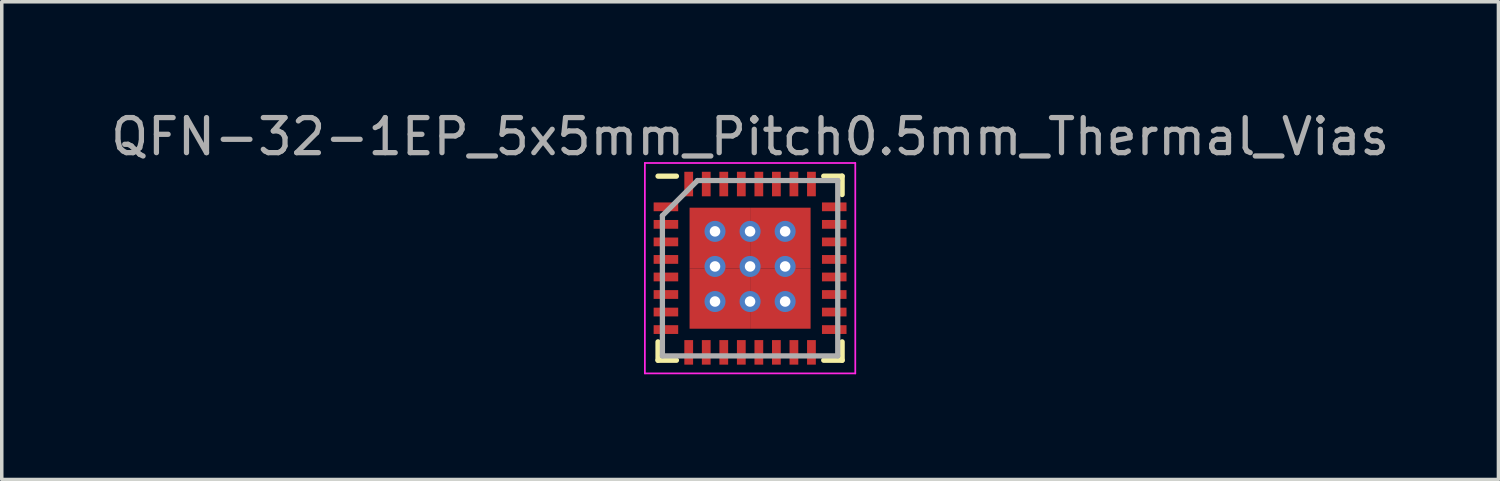
<source format=kicad_pcb>
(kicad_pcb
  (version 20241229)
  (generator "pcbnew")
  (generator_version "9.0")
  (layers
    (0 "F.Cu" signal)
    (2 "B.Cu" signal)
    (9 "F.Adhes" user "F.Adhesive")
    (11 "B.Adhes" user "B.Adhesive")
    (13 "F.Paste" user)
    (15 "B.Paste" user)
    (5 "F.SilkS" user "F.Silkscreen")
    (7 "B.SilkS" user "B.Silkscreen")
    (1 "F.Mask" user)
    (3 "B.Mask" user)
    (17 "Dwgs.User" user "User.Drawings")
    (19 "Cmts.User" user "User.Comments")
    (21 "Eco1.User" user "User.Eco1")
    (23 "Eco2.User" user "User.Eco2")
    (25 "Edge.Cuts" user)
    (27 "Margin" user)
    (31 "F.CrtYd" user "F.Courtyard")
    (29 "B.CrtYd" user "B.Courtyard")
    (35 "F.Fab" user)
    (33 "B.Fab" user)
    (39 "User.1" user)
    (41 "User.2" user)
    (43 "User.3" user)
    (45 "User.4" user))
  (footprint "QFN-32-1EP_5x5mm_Pitch0.5mm_Thermal_Vias"
    (layer "F.Cu")
    (at 18.339 4.598)
    (property "Reference" "QFN-32-1EP_5x5mm_Pitch0.5mm_Thermal_Vias" (at 0 -3.75 0) (layer "F.Fab") (effects (font (size 1 1) (thickness 0.15))))
    (attr smd)
    (fp_line (start -2.625 -2.625) (end -2.1 -2.625) (stroke (width 0.15) (type solid)) (layer "F.SilkS"))
    (fp_line (start -2.625 2.625) (end -2.625 2.1) (stroke (width 0.15) (type solid)) (layer "F.SilkS"))
    (fp_line (start -2.625 2.625) (end -2.1 2.625) (stroke (width 0.15) (type solid)) (layer "F.SilkS"))
    (fp_line (start 2.625 -2.625) (end 2.1 -2.625) (stroke (width 0.15) (type solid)) (layer "F.SilkS"))
    (fp_line (start 2.625 -2.625) (end 2.625 -2.1) (stroke (width 0.15) (type solid)) (layer "F.SilkS"))
    (fp_line (start 2.625 2.625) (end 2.1 2.625) (stroke (width 0.15) (type solid)) (layer "F.SilkS"))
    (fp_line (start 2.625 2.625) (end 2.625 2.1) (stroke (width 0.15) (type solid)) (layer "F.SilkS"))
    (fp_line (start -3 -3) (end -3 3) (stroke (width 0.05) (type solid)) (layer "F.CrtYd"))
    (fp_line (start -3 -3) (end 3 -3) (stroke (width 0.05) (type solid)) (layer "F.CrtYd"))
    (fp_line (start -3 3) (end 3 3) (stroke (width 0.05) (type solid)) (layer "F.CrtYd"))
    (fp_line (start 3 -3) (end 3 3) (stroke (width 0.05) (type solid)) (layer "F.CrtYd"))
    (fp_line (start -2.5 -1.5) (end -1.5 -2.5) (stroke (width 0.15) (type solid)) (layer "F.Fab"))
    (fp_line (start -2.5 2.5) (end -2.5 -1.5) (stroke (width 0.15) (type solid)) (layer "F.Fab"))
    (fp_line (start -1.5 -2.5) (end 2.5 -2.5) (stroke (width 0.15) (type solid)) (layer "F.Fab"))
    (fp_line (start 2.5 -2.5) (end 2.5 2.5) (stroke (width 0.15) (type solid)) (layer "F.Fab"))
    (fp_line (start 2.5 2.5) (end -2.5 2.5) (stroke (width 0.15) (type solid)) (layer "F.Fab"))
    (pad "1" smd rect (at -2.4 -1.75) (size 0.7 0.25) (layers "F.Cu" "F.Mask" "F.Paste"))
    (pad "2" smd rect (at -2.4 -1.25) (size 0.7 0.25) (layers "F.Cu" "F.Mask" "F.Paste"))
    (pad "3" smd rect (at -2.4 -0.75) (size 0.7 0.25) (layers "F.Cu" "F.Mask" "F.Paste"))
    (pad "4" smd rect (at -2.4 -0.25) (size 0.7 0.25) (layers "F.Cu" "F.Mask" "F.Paste"))
    (pad "5" smd rect (at -2.4 0.25) (size 0.7 0.25) (layers "F.Cu" "F.Mask" "F.Paste"))
    (pad "6" smd rect (at -2.4 0.75) (size 0.7 0.25) (layers "F.Cu" "F.Mask" "F.Paste"))
    (pad "7" smd rect (at -2.4 1.25) (size 0.7 0.25) (layers "F.Cu" "F.Mask" "F.Paste"))
    (pad "8" smd rect (at -2.4 1.75) (size 0.7 0.25) (layers "F.Cu" "F.Mask" "F.Paste"))
    (pad "9" smd rect (at -1.75 2.4 90) (size 0.7 0.25) (layers "F.Cu" "F.Mask" "F.Paste"))
    (pad "10" smd rect (at -1.25 2.4 90) (size 0.7 0.25) (layers "F.Cu" "F.Mask" "F.Paste"))
    (pad "11" smd rect (at -0.75 2.4 90) (size 0.7 0.25) (layers "F.Cu" "F.Mask" "F.Paste"))
    (pad "12" smd rect (at -0.25 2.4 90) (size 0.7 0.25) (layers "F.Cu" "F.Mask" "F.Paste"))
    (pad "13" smd rect (at 0.25 2.4 90) (size 0.7 0.25) (layers "F.Cu" "F.Mask" "F.Paste"))
    (pad "14" smd rect (at 0.75 2.4 90) (size 0.7 0.25) (layers "F.Cu" "F.Mask" "F.Paste"))
    (pad "15" smd rect (at 1.25 2.4 90) (size 0.7 0.25) (layers "F.Cu" "F.Mask" "F.Paste"))
    (pad "16" smd rect (at 1.75 2.4 90) (size 0.7 0.25) (layers "F.Cu" "F.Mask" "F.Paste"))
    (pad "17" smd rect (at 2.4 1.75) (size 0.7 0.25) (layers "F.Cu" "F.Mask" "F.Paste"))
    (pad "18" smd rect (at 2.4 1.25) (size 0.7 0.25) (layers "F.Cu" "F.Mask" "F.Paste"))
    (pad "19" smd rect (at 2.4 0.75) (size 0.7 0.25) (layers "F.Cu" "F.Mask" "F.Paste"))
    (pad "20" smd rect (at 2.4 0.25) (size 0.7 0.25) (layers "F.Cu" "F.Mask" "F.Paste"))
    (pad "21" smd rect (at 2.4 -0.25) (size 0.7 0.25) (layers "F.Cu" "F.Mask" "F.Paste"))
    (pad "22" smd rect (at 2.4 -0.75) (size 0.7 0.25) (layers "F.Cu" "F.Mask" "F.Paste"))
    (pad "23" smd rect (at 2.4 -1.25) (size 0.7 0.25) (layers "F.Cu" "F.Mask" "F.Paste"))
    (pad "24" smd rect (at 2.4 -1.75) (size 0.7 0.25) (layers "F.Cu" "F.Mask" "F.Paste"))
    (pad "25" smd rect (at 1.75 -2.4 90) (size 0.7 0.25) (layers "F.Cu" "F.Mask" "F.Paste"))
    (pad "26" smd rect (at 1.25 -2.4 90) (size 0.7 0.25) (layers "F.Cu" "F.Mask" "F.Paste"))
    (pad "27" smd rect (at 0.75 -2.4 90) (size 0.7 0.25) (layers "F.Cu" "F.Mask" "F.Paste"))
    (pad "28" smd rect (at 0.25 -2.4 90) (size 0.7 0.25) (layers "F.Cu" "F.Mask" "F.Paste"))
    (pad "29" smd rect (at -0.25 -2.4 90) (size 0.7 0.25) (layers "F.Cu" "F.Mask" "F.Paste"))
    (pad "30" smd rect (at -0.75 -2.4 90) (size 0.7 0.25) (layers "F.Cu" "F.Mask" "F.Paste"))
    (pad "31" smd rect (at -1.25 -2.4 90) (size 0.7 0.25) (layers "F.Cu" "F.Mask" "F.Paste"))
    (pad "32" smd rect (at -1.75 -2.4 90) (size 0.7 0.25) (layers "F.Cu" "F.Mask" "F.Paste"))
    (pad "33" thru_hole circle (at -1 -1.05) (size 0.6 0.6) (drill 0.3) (layers "*.Cu"))
    (pad "33" thru_hole circle (at -1 -0.05) (size 0.6 0.6) (drill 0.3) (layers "*.Cu"))
    (pad "33" thru_hole circle (at -1 0.95) (size 0.6 0.6) (drill 0.3) (layers "*.Cu"))
    (pad "33" smd rect (at -0.863 -0.863) (size 1.725 1.725) (layers "F.Cu" "F.Mask" "F.Paste"))
    (pad "33" smd rect (at -0.863 0.863) (size 1.725 1.725) (layers "F.Cu" "F.Mask" "F.Paste"))
    (pad "33" thru_hole circle (at 0 -1.05) (size 0.6 0.6) (drill 0.3) (layers "*.Cu"))
    (pad "33" thru_hole circle (at 0 -0.05) (size 0.6 0.6) (drill 0.3) (layers "*.Cu"))
    (pad "33" thru_hole circle (at 0 0.95) (size 0.6 0.6) (drill 0.3) (layers "*.Cu"))
    (pad "33" smd rect (at 0.863 -0.863) (size 1.725 1.725) (layers "F.Cu" "F.Mask" "F.Paste"))
    (pad "33" smd rect (at 0.863 0.863) (size 1.725 1.725) (layers "F.Cu" "F.Mask" "F.Paste"))
    (pad "33" thru_hole circle (at 1 -1.05) (size 0.6 0.6) (drill 0.3) (layers "*.Cu"))
    (pad "33" thru_hole circle (at 1 -0.05) (size 0.6 0.6) (drill 0.3) (layers "*.Cu"))
    (pad "33" thru_hole circle (at 1 0.95) (size 0.6 0.6) (drill 0.3) (layers "*.Cu")))
  (gr_rect
    (start -3 -3)
    (end 39.679 10.623)
    (stroke (width 0.1) (type default))
    (fill no)
    (layer "Edge.Cuts")))
</source>
